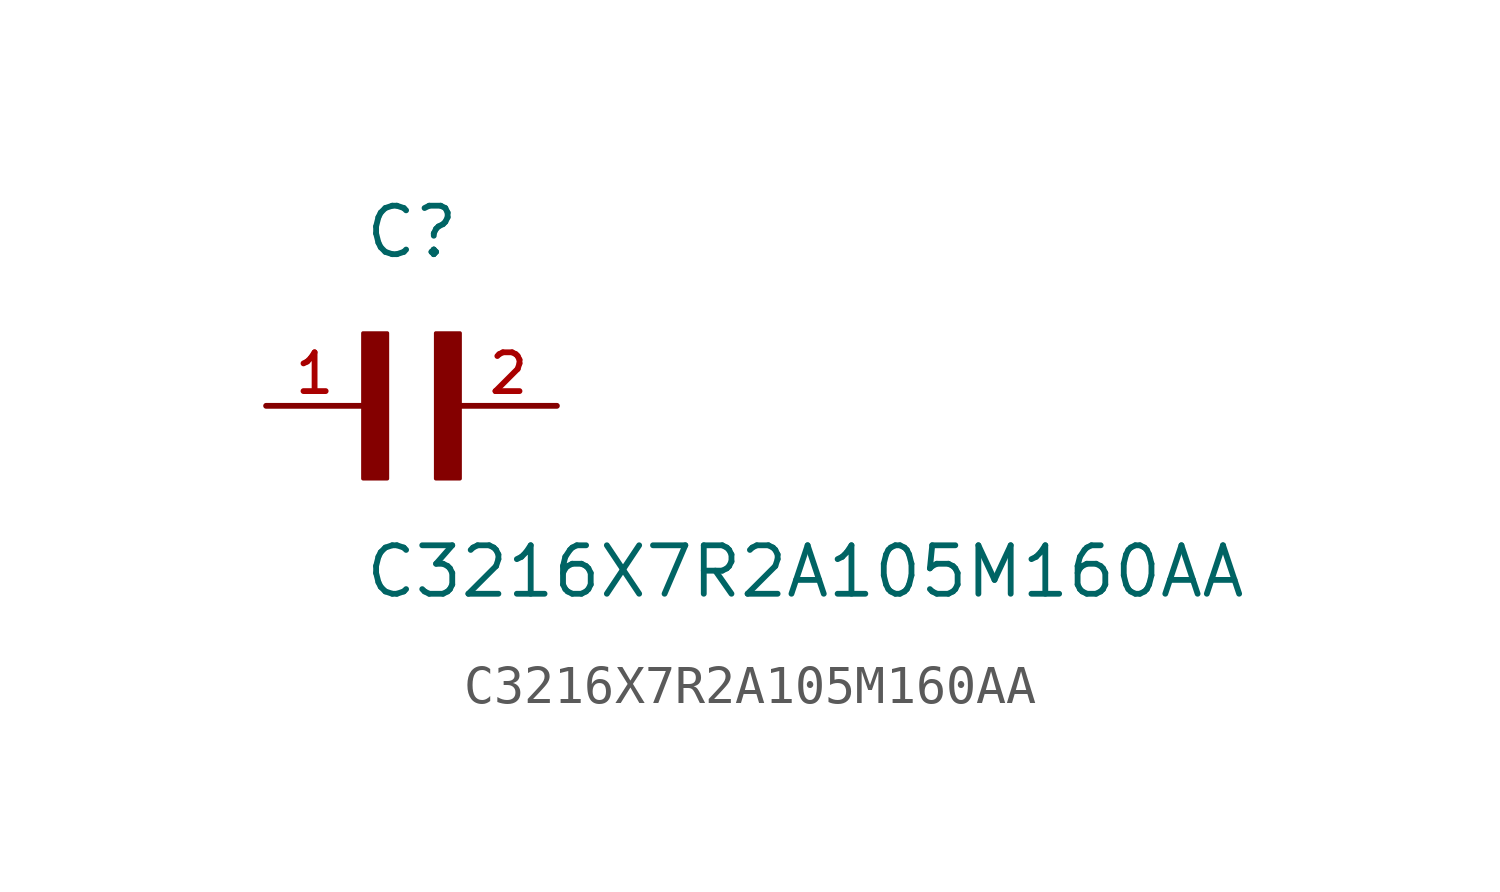
<source format=kicad_sym>
(kicad_symbol_lib
  (version 20211014)
  (generator kicad_symbol_editor)
  (symbol "C3216X7R2A105M160AA"
    (pin_names
      (offset 1.016))
    (property "Reference" "C"
      (at 0.0 3.811 0)
      (effects (font (size 1.27 1.27)) (justify bottom left)))
    (property "Value" "C3216X7R2A105M160AA"
      (at 0.0 -5.088 0)
      (effects (font (size 1.27 1.27)) (justify bottom left)))
    (symbol "C3216X7R2A105M160AA_0_0"
      (rectangle (start 0.0 -1.907) (end 0.635 1.905) (stroke (width 0.1)) (fill (type outline)))
      (rectangle (start 1.907 -1.907) (end 2.54 1.905) (stroke (width 0.1)) (fill (type outline)))
      (pin passive line (at 5.08 0.0 180.0) (length 2.54) (name "~" (effects (font (size 1.016 1.016)))) (number "2" (effects (font (size 1.016 1.016)))))
      (pin passive line (at -2.54 0.0 0) (length 2.54) (name "~" (effects (font (size 1.016 1.016)))) (number "1" (effects (font (size 1.016 1.016))))))))
</source>
